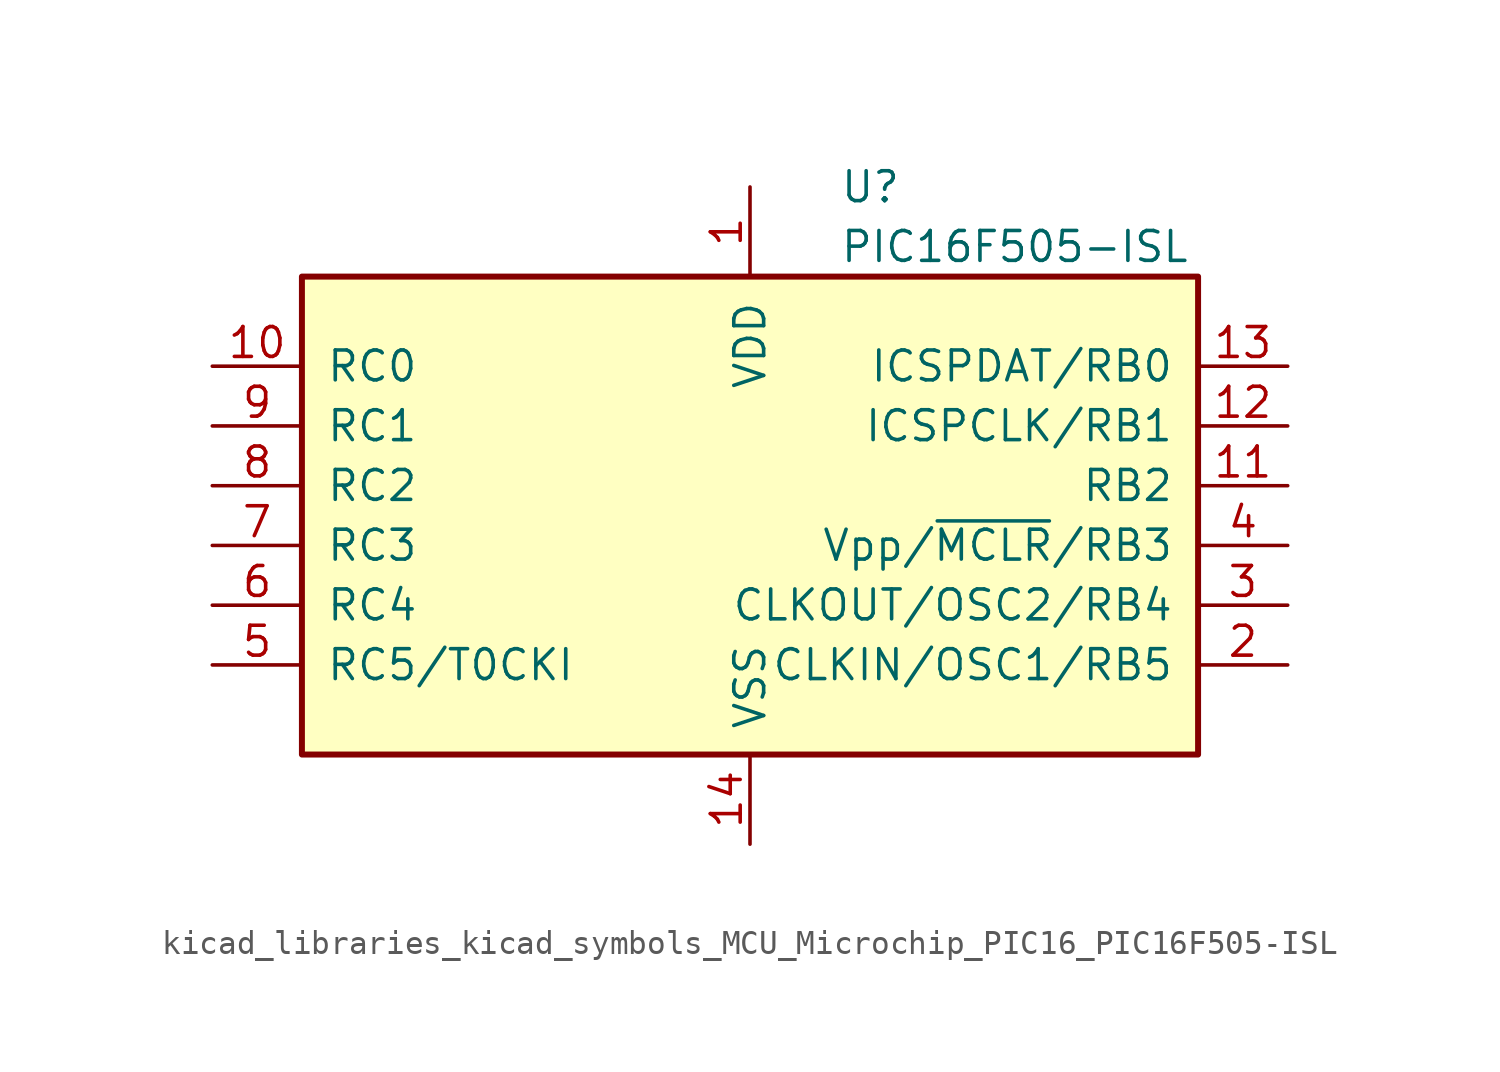
<source format=kicad_sym>
(kicad_symbol_lib
  (version 20220914)
  (generator kicad_symbol_editor)
  (symbol "kicad_libraries_kicad_symbols_MCU_Microchip_PIC16_PIC16F505-ISL"
    (pin_names
      (offset 1.016))
    (property "Reference" "U"
      (at 3.81 12.7 0)
      (effects (font (size 1.27 1.27)) (justify left)))
    (property "Value" "PIC16F505-ISL"
      (at 3.81 10.16 0)
      (effects (font (size 1.27 1.27)) (justify left)))
    (symbol "kicad_libraries_kicad_symbols_MCU_Microchip_PIC16_PIC16F505-ISL_0_1"
      (rectangle (start -19.05 8.89) (end 19.05 -11.43) (stroke (width 0.254) (type default)) (fill (type background))))
    (symbol "kicad_libraries_kicad_symbols_MCU_Microchip_PIC16_PIC16F505-ISL_1_1"
      (pin power_in line (at 0 12.7 270) (length 3.81) (name "VDD" (effects (font (size 1.27 1.27)))) (number "1" (effects (font (size 1.27 1.27)))))
      (pin bidirectional line (at -22.86 5.08 0) (length 3.81) (name "RC0" (effects (font (size 1.27 1.27)))) (number "10" (effects (font (size 1.27 1.27)))))
      (pin bidirectional line (at 22.86 0 180) (length 3.81) (name "RB2" (effects (font (size 1.27 1.27)))) (number "11" (effects (font (size 1.27 1.27)))))
      (pin bidirectional line (at 22.86 2.54 180) (length 3.81) (name "ICSPCLK/RB1" (effects (font (size 1.27 1.27)))) (number "12" (effects (font (size 1.27 1.27)))))
      (pin bidirectional line (at 22.86 5.08 180) (length 3.81) (name "ICSPDAT/RB0" (effects (font (size 1.27 1.27)))) (number "13" (effects (font (size 1.27 1.27)))))
      (pin power_in line (at 0 -15.24 90) (length 3.81) (name "VSS" (effects (font (size 1.27 1.27)))) (number "14" (effects (font (size 1.27 1.27)))))
      (pin bidirectional line (at 22.86 -7.62 180) (length 3.81) (name "CLKIN/OSC1/RB5" (effects (font (size 1.27 1.27)))) (number "2" (effects (font (size 1.27 1.27)))))
      (pin bidirectional line (at 22.86 -5.08 180) (length 3.81) (name "CLKOUT/OSC2/RB4" (effects (font (size 1.27 1.27)))) (number "3" (effects (font (size 1.27 1.27)))))
      (pin input line (at 22.86 -2.54 180) (length 3.81) (name "Vpp/~{MCLR}/RB3" (effects (font (size 1.27 1.27)))) (number "4" (effects (font (size 1.27 1.27)))))
      (pin bidirectional line (at -22.86 -7.62 0) (length 3.81) (name "RC5/T0CKI" (effects (font (size 1.27 1.27)))) (number "5" (effects (font (size 1.27 1.27)))))
      (pin bidirectional line (at -22.86 -5.08 0) (length 3.81) (name "RC4" (effects (font (size 1.27 1.27)))) (number "6" (effects (font (size 1.27 1.27)))))
      (pin bidirectional line (at -22.86 -2.54 0) (length 3.81) (name "RC3" (effects (font (size 1.27 1.27)))) (number "7" (effects (font (size 1.27 1.27)))))
      (pin bidirectional line (at -22.86 0 0) (length 3.81) (name "RC2" (effects (font (size 1.27 1.27)))) (number "8" (effects (font (size 1.27 1.27)))))
      (pin bidirectional line (at -22.86 2.54 0) (length 3.81) (name "RC1" (effects (font (size 1.27 1.27)))) (number "9" (effects (font (size 1.27 1.27))))))))
</source>
